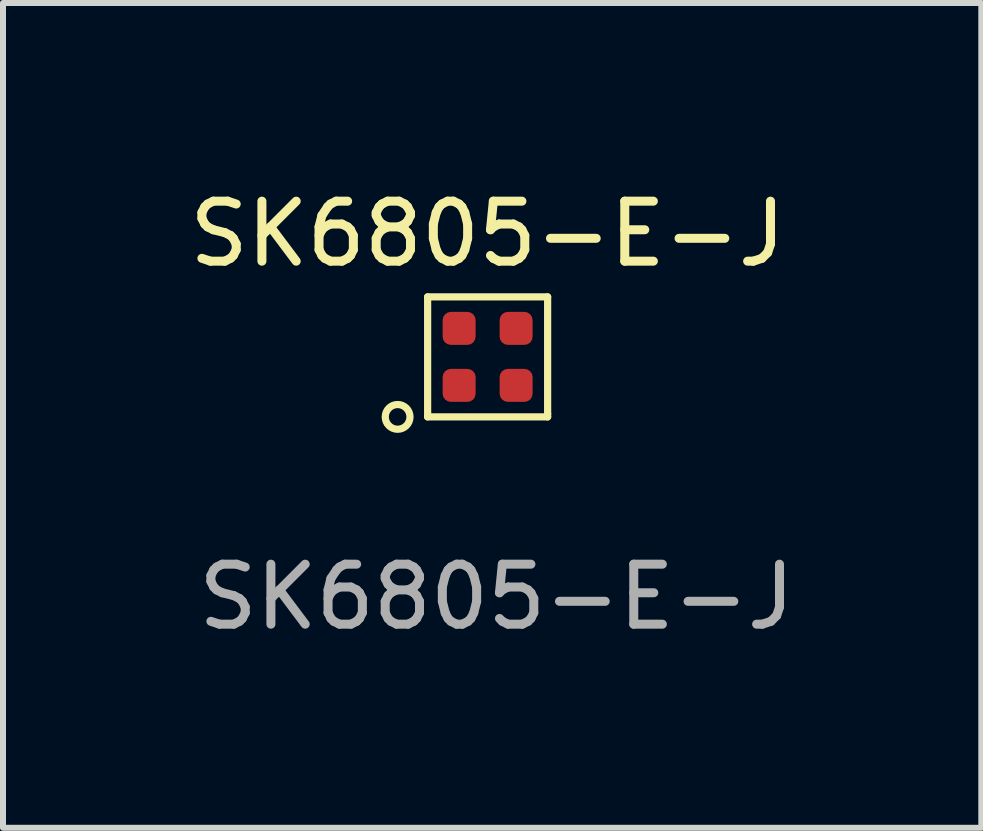
<source format=kicad_pcb>
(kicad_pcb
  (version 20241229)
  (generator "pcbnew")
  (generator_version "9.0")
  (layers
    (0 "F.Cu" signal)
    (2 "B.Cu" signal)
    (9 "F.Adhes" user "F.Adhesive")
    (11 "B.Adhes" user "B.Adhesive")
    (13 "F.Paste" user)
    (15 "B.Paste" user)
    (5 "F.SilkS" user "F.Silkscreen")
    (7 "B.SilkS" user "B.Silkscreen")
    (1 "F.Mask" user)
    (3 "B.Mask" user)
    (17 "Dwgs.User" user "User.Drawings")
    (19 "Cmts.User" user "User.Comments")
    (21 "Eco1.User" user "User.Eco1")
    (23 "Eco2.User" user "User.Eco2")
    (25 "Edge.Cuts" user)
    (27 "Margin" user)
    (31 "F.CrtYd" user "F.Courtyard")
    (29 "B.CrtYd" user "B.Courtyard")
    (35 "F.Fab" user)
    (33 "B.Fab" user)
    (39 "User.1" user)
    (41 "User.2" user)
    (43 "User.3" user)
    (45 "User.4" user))
  (footprint "SK6805-E-J"
    (layer "F.Cu")
    (at 5.077 2.898)
    (property "Reference" "SK6805-E-J" (at 0 -2.05 0) (unlocked yes) (layer "F.SilkS") (effects (font (size 1 1) (thickness 0.15))))
    (attr smd)
    (fp_line (start -1 -1) (end 1 -1) (stroke (width 0.12) (type default)) (layer "F.SilkS"))
    (fp_line (start -1 1) (end -1 -1) (stroke (width 0.12) (type default)) (layer "F.SilkS"))
    (fp_line (start 1 -1) (end 1 0.95) (stroke (width 0.12) (type default)) (layer "F.SilkS"))
    (fp_line (start 1 0.95) (end 1 1) (stroke (width 0.12) (type default)) (layer "F.SilkS"))
    (fp_line (start 1 1) (end -1 1) (stroke (width 0.12) (type default)) (layer "F.SilkS"))
    (fp_circle (center -1.5 1) (end -1.3 0.95) (stroke (width 0.12) (type default)) (fill no) (layer "F.SilkS"))
    (fp_text user "${REFERENCE}" (at 0.15 4 0) (unlocked yes) (layer "F.Fab") (effects (font (size 1 1) (thickness 0.15))))
    (pad "1" smd roundrect (at -0.475 0.475) (size 0.55 0.55) (layers "F.Cu" "F.Mask" "F.Paste") (roundrect_rratio 0.25))
    (pad "2" smd roundrect (at 0.475 0.475) (size 0.55 0.55) (layers "F.Cu" "F.Mask" "F.Paste") (roundrect_rratio 0.25))
    (pad "3" smd roundrect (at 0.475 -0.475) (size 0.55 0.55) (layers "F.Cu" "F.Mask" "F.Paste") (roundrect_rratio 0.25))
    (pad "4" smd roundrect (at -0.475 -0.475) (size 0.55 0.55) (layers "F.Cu" "F.Mask" "F.Paste") (roundrect_rratio 0.25)))
  (gr_rect
    (start -3 -3)
    (end 13.305 10.746)
    (stroke (width 0.1) (type default))
    (fill no)
    (layer "Edge.Cuts")))
</source>
